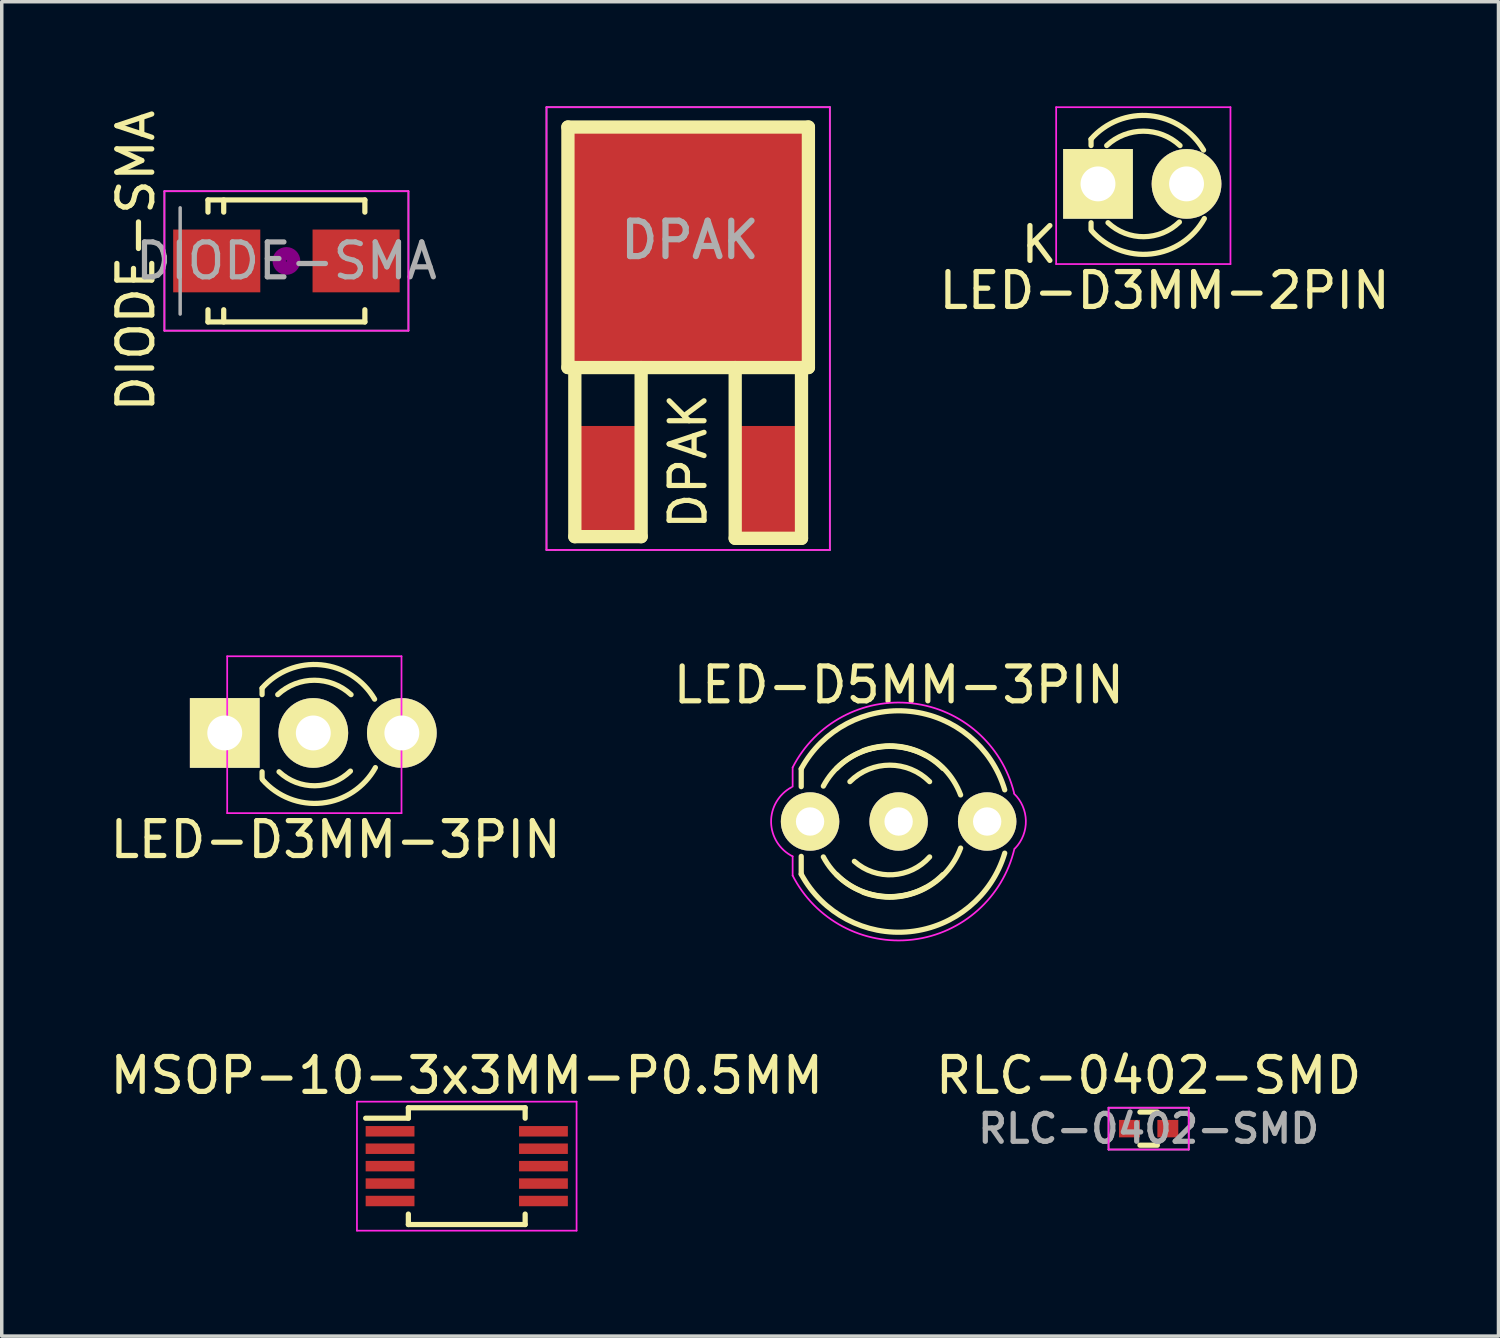
<source format=kicad_pcb>
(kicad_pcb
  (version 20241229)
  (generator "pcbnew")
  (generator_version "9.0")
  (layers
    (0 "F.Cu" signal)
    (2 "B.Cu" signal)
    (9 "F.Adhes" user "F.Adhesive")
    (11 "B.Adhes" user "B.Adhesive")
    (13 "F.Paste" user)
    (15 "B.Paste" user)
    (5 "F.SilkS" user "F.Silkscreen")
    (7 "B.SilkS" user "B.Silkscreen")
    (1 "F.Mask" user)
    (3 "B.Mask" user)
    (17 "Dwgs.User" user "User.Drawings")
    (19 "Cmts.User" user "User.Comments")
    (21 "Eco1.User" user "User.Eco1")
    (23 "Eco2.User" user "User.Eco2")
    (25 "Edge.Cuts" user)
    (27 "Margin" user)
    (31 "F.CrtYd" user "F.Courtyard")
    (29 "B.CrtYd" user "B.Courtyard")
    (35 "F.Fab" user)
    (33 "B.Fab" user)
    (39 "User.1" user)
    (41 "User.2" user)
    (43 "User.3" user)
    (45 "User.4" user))
  (footprint "LED-D3MM-3PIN"
    (layer "F.Cu")
    (at 4.667 17.975)
    (property "Reference" "LED-D3MM-3PIN" (at 1.91 3.06 0) (layer "F.SilkS") (effects (font (size 1 1) (thickness 0.15))))
    (attr through_hole)
    (fp_line (start -0.199 -1.28) (end -0.199 -1.1) (stroke (width 0.15) (type solid)) (layer "F.SilkS"))
    (fp_line (start -0.199 1.314) (end -0.199 1.114) (stroke (width 0.15) (type solid)) (layer "F.SilkS"))
    (fp_arc (start -0.199 -1.286) (mid 1.495903 -1.954571) (end 3.028744 -0.969643) (stroke (width 0.15) (type solid)) (layer "F.SilkS"))
    (fp_arc (start 0.25 -1.1) (mid 1.301686 -1.512142) (end 2.353005 -1.099067) (stroke (width 0.15) (type solid)) (layer "F.SilkS"))
    (fp_arc (start 2.335 1.094) (mid 1.31492 1.51473) (end 0.287111 1.113252) (stroke (width 0.15) (type solid)) (layer "F.SilkS"))
    (fp_arc (start 3.051 0.994) (mid 1.522637 2.009958) (end -0.18622 1.340726) (stroke (width 0.15) (type solid)) (layer "F.SilkS"))
    (fp_line (start -1.2 -2.2) (end -1.2 2.3) (stroke (width 0.05) (type solid)) (layer "F.CrtYd"))
    (fp_line (start -1.2 2.3) (end 3.8 2.3) (stroke (width 0.05) (type solid)) (layer "F.CrtYd"))
    (fp_line (start 3.8 -2.2) (end -1.2 -2.2) (stroke (width 0.05) (type solid)) (layer "F.CrtYd"))
    (fp_line (start 3.8 2.3) (end 3.8 -2.2) (stroke (width 0.05) (type solid)) (layer "F.CrtYd"))
    (pad "1" thru_hole rect (at -1.27 0 90) (size 2 2) (drill 1.001) (layers "*.Cu" "*.Mask" "F.SilkS"))
    (pad "2" thru_hole circle (at 1.27 0) (size 2 2) (drill 1.001) (layers "*.Cu" "*.Mask" "F.SilkS"))
    (pad "3" thru_hole circle (at 3.81 0) (size 2 2) (drill 1.001) (layers "*.Cu" "*.Mask" "F.SilkS")))
  (footprint "LED-D3MM-2PIN"
    (layer "F.Cu")
    (at 28.446 2.225)
    (property "Reference" "LED-D3MM-2PIN" (at 1.91 3.06 0) (layer "F.SilkS") (effects (font (size 1 1) (thickness 0.15))))
    (attr through_hole)
    (fp_line (start -0.199 -1.28) (end -0.199 -1.1) (stroke (width 0.15) (type solid)) (layer "F.SilkS"))
    (fp_line (start -0.199 1.314) (end -0.199 1.114) (stroke (width 0.15) (type solid)) (layer "F.SilkS"))
    (fp_arc (start -0.199 -1.286) (mid 1.495903 -1.954571) (end 3.028744 -0.969643) (stroke (width 0.15) (type solid)) (layer "F.SilkS"))
    (fp_arc (start 0.25 -1.1) (mid 1.301686 -1.512142) (end 2.353005 -1.099067) (stroke (width 0.15) (type solid)) (layer "F.SilkS"))
    (fp_arc (start 2.335 1.094) (mid 1.31492 1.51473) (end 0.287111 1.113252) (stroke (width 0.15) (type solid)) (layer "F.SilkS"))
    (fp_arc (start 3.051 0.994) (mid 1.522637 2.009958) (end -0.18622 1.340726) (stroke (width 0.15) (type solid)) (layer "F.SilkS"))
    (fp_line (start -1.2 -2.2) (end -1.2 2.3) (stroke (width 0.05) (type solid)) (layer "F.CrtYd"))
    (fp_line (start -1.2 2.3) (end 3.8 2.3) (stroke (width 0.05) (type solid)) (layer "F.CrtYd"))
    (fp_line (start 3.8 -2.2) (end -1.2 -2.2) (stroke (width 0.05) (type solid)) (layer "F.CrtYd"))
    (fp_line (start 3.8 2.3) (end 3.8 -2.2) (stroke (width 0.05) (type solid)) (layer "F.CrtYd"))
    (fp_text user "K" (at -1.69 1.74 0) (layer "F.SilkS") (effects (font (size 1 1) (thickness 0.15))))
    (pad "1" thru_hole rect (at 0 0 90) (size 2 2) (drill 1.001) (layers "*.Cu" "*.Mask" "F.SilkS"))
    (pad "2" thru_hole circle (at 2.54 0) (size 2 2) (drill 1.001) (layers "*.Cu" "*.Mask" "F.SilkS")))
  (footprint "RLC-0402-SMD"
    (layer "F.Cu")
    (at 29.899 29.325)
    (property "Reference" "RLC-0402-SMD" (at 0 0 0) (layer "F.Fab") (effects (font (size 0.8 0.8) (thickness 0.15))))
    (attr smd)
    (fp_line (start -0.25 0.475) (end 0.25 0.475) (stroke (width 0.15) (type solid)) (layer "F.SilkS"))
    (fp_line (start 0.25 -0.475) (end -0.25 -0.475) (stroke (width 0.15) (type solid)) (layer "F.SilkS"))
    (fp_line (start -1.15 -0.6) (end -1.15 0.6) (stroke (width 0.05) (type solid)) (layer "F.CrtYd"))
    (fp_line (start -1.15 -0.6) (end 1.15 -0.6) (stroke (width 0.05) (type solid)) (layer "F.CrtYd"))
    (fp_line (start -1.15 0.6) (end 1.15 0.6) (stroke (width 0.05) (type solid)) (layer "F.CrtYd"))
    (fp_line (start 1.15 -0.6) (end 1.15 0.6) (stroke (width 0.05) (type solid)) (layer "F.CrtYd"))
    (fp_line (start -1.15 -0.6) (end -1.15 0.6) (stroke (width 0.05) (type solid)) (layer "F.Fab"))
    (fp_line (start -1.15 -0.6) (end 1.15 -0.6) (stroke (width 0.05) (type solid)) (layer "F.Fab"))
    (fp_line (start -1.15 0.6) (end 1.15 0.6) (stroke (width 0.05) (type solid)) (layer "F.Fab"))
    (fp_line (start 1.15 -0.6) (end 1.15 0.6) (stroke (width 0.05) (type solid)) (layer "F.Fab"))
    (fp_text user "${REFERENCE}" (at 0 -1.524 0) (layer "F.SilkS") (effects (font (size 1 1) (thickness 0.15))))
    (pad "1" smd rect (at -0.55 0) (size 0.6 0.5) (layers "F.Cu" "F.Mask" "F.Paste"))
    (pad "2" smd rect (at 0.55 0) (size 0.6 0.5) (layers "F.Cu" "F.Mask" "F.Paste")))
  (footprint "LED-D5MM-3PIN"
    (layer "F.Cu")
    (at 20.187 20.515)
    (property "Reference" "LED-D5MM-3PIN" (at 2.545 -3.917 0) (layer "F.SilkS") (effects (font (size 1 1) (thickness 0.15))))
    (attr through_hole)
    (fp_line (start -0.254 -1.51) (end -0.254 -1) (stroke (width 0.15) (type solid)) (layer "F.SilkS"))
    (fp_line (start -0.254 1) (end -0.254 1.51) (stroke (width 0.15) (type solid)) (layer "F.SilkS"))
    (fp_arc (start -0.254 -1.51) (mid 2.865841 -3.159171) (end 5.583388 -0.907925) (stroke (width 0.15) (type solid)) (layer "F.SilkS"))
    (fp_arc (start 0.381 -1.016) (mid 1.657382 -2.065459) (end 3.302 -1.905) (stroke (width 0.15) (type solid)) (layer "F.SilkS"))
    (fp_arc (start 0.762 -1.524) (mid 2.286 -2.155261) (end 3.81 -1.524) (stroke (width 0.15) (type solid)) (layer "F.SilkS"))
    (fp_arc (start 1.143 -1.143) (mid 2.286 -1.616446) (end 3.429 -1.143) (stroke (width 0.15) (type solid)) (layer "F.SilkS"))
    (fp_arc (start 1.524 -2.032) (mid 3.184026 -1.975656) (end 4.318 -0.762) (stroke (width 0.15) (type solid)) (layer "F.SilkS"))
    (fp_arc (start 3.302 1.905) (mid 1.657382 2.065459) (end 0.381 1.016) (stroke (width 0.15) (type solid)) (layer "F.SilkS"))
    (fp_arc (start 3.429 1.016) (mid 2.375803 1.526644) (end 1.27 1.143) (stroke (width 0.15) (type solid)) (layer "F.SilkS"))
    (fp_arc (start 3.81 1.524) (mid 2.286 2.155261) (end 0.762 1.524) (stroke (width 0.15) (type solid)) (layer "F.SilkS"))
    (fp_arc (start 4.318 0.762) (mid 3.184026 1.975656) (end 1.524 2.032) (stroke (width 0.15) (type solid)) (layer "F.SilkS"))
    (fp_arc (start 5.583388 0.907925) (mid 2.865841 3.159172) (end -0.254 1.51) (stroke (width 0.15) (type solid)) (layer "F.SilkS"))
    (fp_line (start -0.5 -1) (end -0.5 -1.55) (stroke (width 0.05) (type solid)) (layer "F.CrtYd"))
    (fp_line (start -0.5 1) (end -0.5 1.55) (stroke (width 0.05) (type solid)) (layer "F.CrtYd"))
    (fp_arc (start -0.5 -1.55) (mid 2.927211 -3.390305) (end 5.851209 -0.82462) (stroke (width 0.05) (type solid)) (layer "F.CrtYd"))
    (fp_arc (start -0.5 1) (mid -1.117885 0.018243) (end -0.532364 -0.983152) (stroke (width 0.05) (type solid)) (layer "F.CrtYd"))
    (fp_arc (start 5.85 -0.8) (mid 6.190158 -0.021213) (end 5.88 0.77) (stroke (width 0.05) (type solid)) (layer "F.CrtYd"))
    (fp_arc (start 5.862399 0.778308) (mid 2.95087 3.387519) (end -0.5 1.55) (stroke (width 0.05) (type solid)) (layer "F.CrtYd"))
    (pad "1" thru_hole circle (at 0 0 180) (size 1.676 1.676) (drill 0.813) (layers "*.Cu" "*.Mask" "F.SilkS"))
    (pad "2" thru_hole circle (at 2.54 0 180) (size 1.676 1.676) (drill 0.813) (layers "*.Cu" "*.Mask" "F.SilkS"))
    (pad "3" thru_hole circle (at 5.08 0 180) (size 1.676 1.676) (drill 0.813) (layers "*.Cu" "*.Mask" "F.SilkS")))
  (footprint "MSOP-10-3x3MM-P0.5MM"
    (layer "F.Cu")
    (at 10.339 30.401)
    (property "Reference" "MSOP-10-3x3MM-P0.5MM" (at 0 -2.6 0) (layer "F.SilkS") (effects (font (size 1 1) (thickness 0.15))))
    (attr smd)
    (fp_line (start -1.675 -1.675) (end -1.675 -1.375) (stroke (width 0.15) (type solid)) (layer "F.SilkS"))
    (fp_line (start -1.675 -1.675) (end 1.675 -1.675) (stroke (width 0.15) (type solid)) (layer "F.SilkS"))
    (fp_line (start -1.675 -1.375) (end -2.9 -1.375) (stroke (width 0.15) (type solid)) (layer "F.SilkS"))
    (fp_line (start -1.675 1.675) (end -1.675 1.375) (stroke (width 0.15) (type solid)) (layer "F.SilkS"))
    (fp_line (start -1.675 1.675) (end 1.675 1.675) (stroke (width 0.15) (type solid)) (layer "F.SilkS"))
    (fp_line (start 1.675 -1.675) (end 1.675 -1.375) (stroke (width 0.15) (type solid)) (layer "F.SilkS"))
    (fp_line (start 1.675 1.675) (end 1.675 1.375) (stroke (width 0.15) (type solid)) (layer "F.SilkS"))
    (fp_line (start -3.15 -1.85) (end -3.15 1.85) (stroke (width 0.05) (type solid)) (layer "F.CrtYd"))
    (fp_line (start -3.15 -1.85) (end 3.15 -1.85) (stroke (width 0.05) (type solid)) (layer "F.CrtYd"))
    (fp_line (start -3.15 1.85) (end 3.15 1.85) (stroke (width 0.05) (type solid)) (layer "F.CrtYd"))
    (fp_line (start 3.15 -1.85) (end 3.15 1.85) (stroke (width 0.05) (type solid)) (layer "F.CrtYd"))
    (pad "1" smd rect (at -2.2 -1) (size 1.4 0.3) (layers "F.Cu" "F.Mask" "F.Paste"))
    (pad "2" smd rect (at -2.2 -0.5) (size 1.4 0.3) (layers "F.Cu" "F.Mask" "F.Paste"))
    (pad "3" smd rect (at -2.2 0) (size 1.4 0.3) (layers "F.Cu" "F.Mask" "F.Paste"))
    (pad "4" smd rect (at -2.2 0.5) (size 1.4 0.3) (layers "F.Cu" "F.Mask" "F.Paste"))
    (pad "5" smd rect (at -2.2 1) (size 1.4 0.3) (layers "F.Cu" "F.Mask" "F.Paste"))
    (pad "6" smd rect (at 2.2 1) (size 1.4 0.3) (layers "F.Cu" "F.Mask" "F.Paste"))
    (pad "7" smd rect (at 2.2 0.5) (size 1.4 0.3) (layers "F.Cu" "F.Mask" "F.Paste"))
    (pad "8" smd rect (at 2.2 0) (size 1.4 0.3) (layers "F.Cu" "F.Mask" "F.Paste"))
    (pad "9" smd rect (at 2.2 -0.5) (size 1.4 0.3) (layers "F.Cu" "F.Mask" "F.Paste"))
    (pad "10" smd rect (at 2.2 -1) (size 1.4 0.3) (layers "F.Cu" "F.Mask" "F.Paste")))
  (footprint "DPAK"
    (layer "F.Cu")
    (at 16.69 10.693)
    (property "Reference" "DPAK" (at 0.051 -6.858 180) (layer "F.Fab") (effects (font (size 1.016 1.016) (thickness 0.178))))
    (attr smd)
    (fp_line (start -3.449 -10.099) (end 3.449 -10.099) (stroke (width 0.381) (type solid)) (layer "F.SilkS"))
    (fp_line (start -3.449 -3.2) (end -3.449 -10.099) (stroke (width 0.381) (type solid)) (layer "F.SilkS"))
    (fp_line (start -3.251 1.651) (end -3.251 -3.2) (stroke (width 0.381) (type solid)) (layer "F.SilkS"))
    (fp_line (start -3.251 1.651) (end -1.349 1.651) (stroke (width 0.381) (type solid)) (layer "F.SilkS"))
    (fp_line (start -1.349 1.651) (end -1.349 -3.2) (stroke (width 0.381) (type solid)) (layer "F.SilkS"))
    (fp_line (start 1.349 1.699) (end 1.349 -3.2) (stroke (width 0.381) (type solid)) (layer "F.SilkS"))
    (fp_line (start 1.349 1.699) (end 3.251 1.699) (stroke (width 0.381) (type solid)) (layer "F.SilkS"))
    (fp_line (start 3.251 1.699) (end 3.251 -3.2) (stroke (width 0.381) (type solid)) (layer "F.SilkS"))
    (fp_line (start 3.449 -10.099) (end 3.449 -3.2) (stroke (width 0.381) (type solid)) (layer "F.SilkS"))
    (fp_line (start 3.449 -3.2) (end -3.449 -3.2) (stroke (width 0.381) (type solid)) (layer "F.SilkS"))
    (fp_line (start -4.064 -10.668) (end 4.064 -10.668) (stroke (width 0.05) (type solid)) (layer "F.CrtYd"))
    (fp_line (start -4.064 2.032) (end -4.064 -10.668) (stroke (width 0.05) (type solid)) (layer "F.CrtYd"))
    (fp_line (start 4.064 -10.668) (end 4.064 2.032) (stroke (width 0.05) (type solid)) (layer "F.CrtYd"))
    (fp_line (start 4.064 2.032) (end -4.064 2.032) (stroke (width 0.05) (type solid)) (layer "F.CrtYd"))
    (fp_line (start -4.064 -10.668) (end 4.064 -10.668) (stroke (width 0.05) (type solid)) (layer "F.Fab"))
    (fp_line (start -4.064 2.032) (end -4.064 -10.668) (stroke (width 0.05) (type solid)) (layer "F.Fab"))
    (fp_line (start -3.81 2.032) (end -4.064 2.032) (stroke (width 0.05) (type solid)) (layer "F.Fab"))
    (fp_line (start 4.064 -10.668) (end 4.064 2.032) (stroke (width 0.05) (type solid)) (layer "F.Fab"))
    (fp_line (start 4.064 2.032) (end -3.81 2.032) (stroke (width 0.05) (type solid)) (layer "F.Fab"))
    (fp_text user "${REFERENCE}" (at 0 -0.508 90) (layer "F.SilkS") (effects (font (size 1 1) (thickness 0.15))))
    (pad "1" smd rect (at -2.301 0) (size 1.651 3.048) (layers "F.Cu" "F.Mask" "F.Paste"))
    (pad "2" smd rect (at 0 -6.65) (size 6.701 6.701) (layers "F.Cu" "F.Mask" "F.Paste"))
    (pad "3" smd rect (at 2.301 0) (size 1.651 3.048) (layers "F.Cu" "F.Mask" "F.Paste")))
  (footprint "DIODE-SMA"
    (layer "F.Cu")
    (at 5.166 4.435)
    (property "Reference" "DIODE-SMA" (at 0 0 180) (layer "F.Fab") (effects (font (size 1 1) (thickness 0.15))))
    (attr smd)
    (fp_line (start -2.25 -1.75) (end -2.25 -1.4) (stroke (width 0.15) (type solid)) (layer "F.SilkS"))
    (fp_line (start -2.25 -1.75) (end 2.25 -1.75) (stroke (width 0.15) (type solid)) (layer "F.SilkS"))
    (fp_line (start -2.25 1.75) (end -2.25 1.4) (stroke (width 0.15) (type solid)) (layer "F.SilkS"))
    (fp_line (start -2.25 1.75) (end 2.25 1.75) (stroke (width 0.15) (type solid)) (layer "F.SilkS"))
    (fp_line (start -1.799 -1.75) (end -1.799 -1.4) (stroke (width 0.15) (type solid)) (layer "F.SilkS"))
    (fp_line (start -1.799 1.75) (end -1.799 1.4) (stroke (width 0.15) (type solid)) (layer "F.SilkS"))
    (fp_line (start 2.25 -1.75) (end 2.25 -1.4) (stroke (width 0.15) (type solid)) (layer "F.SilkS"))
    (fp_line (start 2.25 1.75) (end 2.25 1.4) (stroke (width 0.15) (type solid)) (layer "F.SilkS"))
    (fp_circle (center 0 0) (end 0.201 -0.051) (stroke (width 0.381) (type solid)) (fill no) (layer "F.Adhes"))
    (fp_line (start -3.5 -2) (end 3.5 -2) (stroke (width 0.05) (type solid)) (layer "F.CrtYd"))
    (fp_line (start -3.5 2) (end -3.5 -2) (stroke (width 0.05) (type solid)) (layer "F.CrtYd"))
    (fp_line (start 3.5 -2) (end 3.5 2) (stroke (width 0.05) (type solid)) (layer "F.CrtYd"))
    (fp_line (start 3.5 2) (end -3.5 2) (stroke (width 0.05) (type solid)) (layer "F.CrtYd"))
    (fp_line (start -3.5 -2) (end 3.5 -2) (stroke (width 0.05) (type solid)) (layer "F.Fab"))
    (fp_line (start -3.5 2) (end -3.5 -2) (stroke (width 0.05) (type solid)) (layer "F.Fab"))
    (fp_line (start -3.048 -1.524) (end -3.048 1.524) (stroke (width 0.1) (type solid)) (layer "F.Fab"))
    (fp_line (start 3.5 -2) (end 3.5 2) (stroke (width 0.05) (type solid)) (layer "F.Fab"))
    (fp_line (start 3.5 2) (end -3.5 2) (stroke (width 0.05) (type solid)) (layer "F.Fab"))
    (fp_text user "${REFERENCE}" (at -4.318 0 90) (layer "F.SilkS") (effects (font (size 1 1) (thickness 0.15))))
    (pad "1" smd rect (at -1.999 0) (size 2.499 1.801) (layers "F.Cu" "F.Mask" "F.Paste"))
    (pad "2" smd rect (at 1.999 0) (size 2.499 1.801) (layers "F.Cu" "F.Mask" "F.Paste")))
  (gr_rect
    (start -3 -3)
    (end 39.934 35.276)
    (stroke (width 0.1) (type default))
    (fill no)
    (layer "Edge.Cuts")))
</source>
